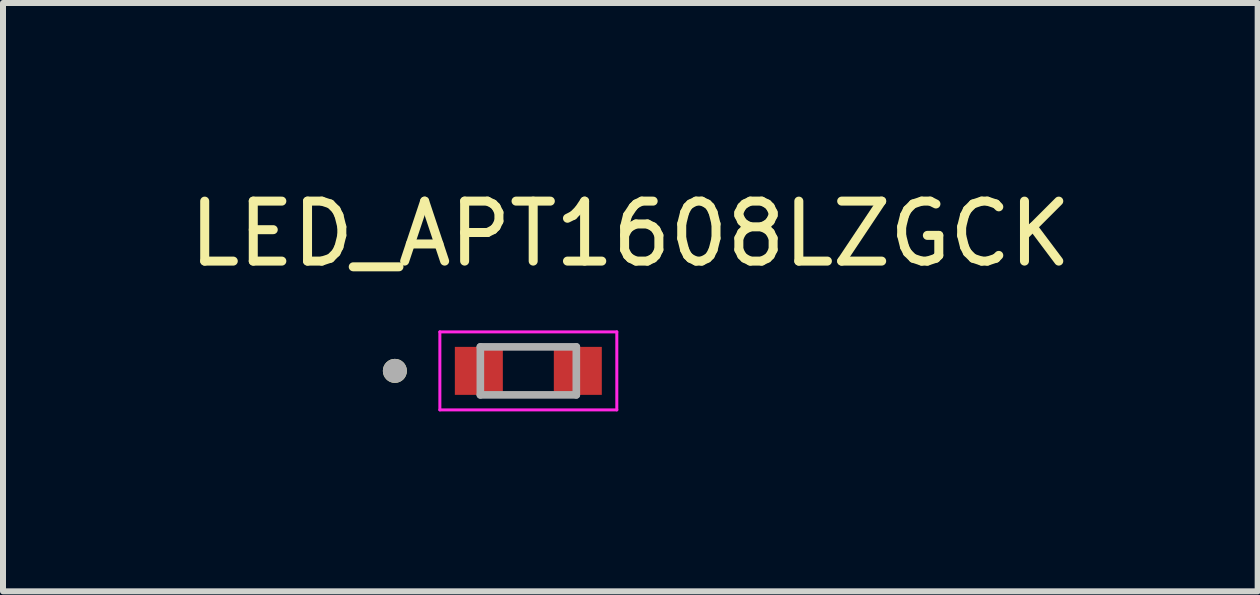
<source format=kicad_pcb>
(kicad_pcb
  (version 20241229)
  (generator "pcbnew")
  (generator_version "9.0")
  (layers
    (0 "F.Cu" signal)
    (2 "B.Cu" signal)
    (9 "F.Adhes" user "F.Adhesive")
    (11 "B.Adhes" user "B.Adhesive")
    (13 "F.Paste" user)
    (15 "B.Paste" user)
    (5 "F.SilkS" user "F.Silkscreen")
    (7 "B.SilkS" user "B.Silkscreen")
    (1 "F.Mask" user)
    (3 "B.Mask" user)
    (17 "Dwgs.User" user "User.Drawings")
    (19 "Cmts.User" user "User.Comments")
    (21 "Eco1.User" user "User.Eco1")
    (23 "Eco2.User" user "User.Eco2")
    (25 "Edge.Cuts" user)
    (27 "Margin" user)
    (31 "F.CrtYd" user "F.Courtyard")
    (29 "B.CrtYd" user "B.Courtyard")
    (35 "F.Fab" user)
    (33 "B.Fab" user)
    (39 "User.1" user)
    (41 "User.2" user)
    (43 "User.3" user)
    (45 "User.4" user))
  (footprint "LED_APT1608LZGCK"
    (layer "F.Cu")
    (at 5.758 3.133)
    (property "Reference" "LED_APT1608LZGCK" (at 1.7 -2.285 0) (layer "F.SilkS") (effects (font (size 1 1) (thickness 0.15))))
    (attr smd)
    (fp_circle (center -2.225 0) (end -2.125 0) (stroke (width 0.2) (type solid)) (fill no) (layer "F.SilkS"))
    (fp_line (start -1.475 -0.65) (end -1.475 0.65) (stroke (width 0.05) (type solid)) (layer "F.CrtYd"))
    (fp_line (start -1.475 0.65) (end 1.475 0.65) (stroke (width 0.05) (type solid)) (layer "F.CrtYd"))
    (fp_line (start 1.475 -0.65) (end -1.475 -0.65) (stroke (width 0.05) (type solid)) (layer "F.CrtYd"))
    (fp_line (start 1.475 0.65) (end 1.475 -0.65) (stroke (width 0.05) (type solid)) (layer "F.CrtYd"))
    (fp_line (start -0.8 -0.4) (end 0.8 -0.4) (stroke (width 0.127) (type solid)) (layer "F.Fab"))
    (fp_line (start -0.8 0.4) (end -0.8 -0.4) (stroke (width 0.127) (type solid)) (layer "F.Fab"))
    (fp_line (start 0.8 -0.4) (end 0.8 0.4) (stroke (width 0.127) (type solid)) (layer "F.Fab"))
    (fp_line (start 0.8 0.4) (end -0.8 0.4) (stroke (width 0.127) (type solid)) (layer "F.Fab"))
    (fp_circle (center -2.225 0) (end -2.125 0) (stroke (width 0.2) (type solid)) (fill no) (layer "F.Fab"))
    (pad "1" smd rect (at -0.825 0) (size 0.8 0.8) (layers "F.Cu" "F.Mask" "F.Paste"))
    (pad "2" smd rect (at 0.825 0) (size 0.8 0.8) (layers "F.Cu" "F.Mask" "F.Paste")))
  (gr_rect
    (start -3 -3)
    (end 17.917 6.808)
    (stroke (width 0.1) (type default))
    (fill no)
    (layer "Edge.Cuts")))
</source>
